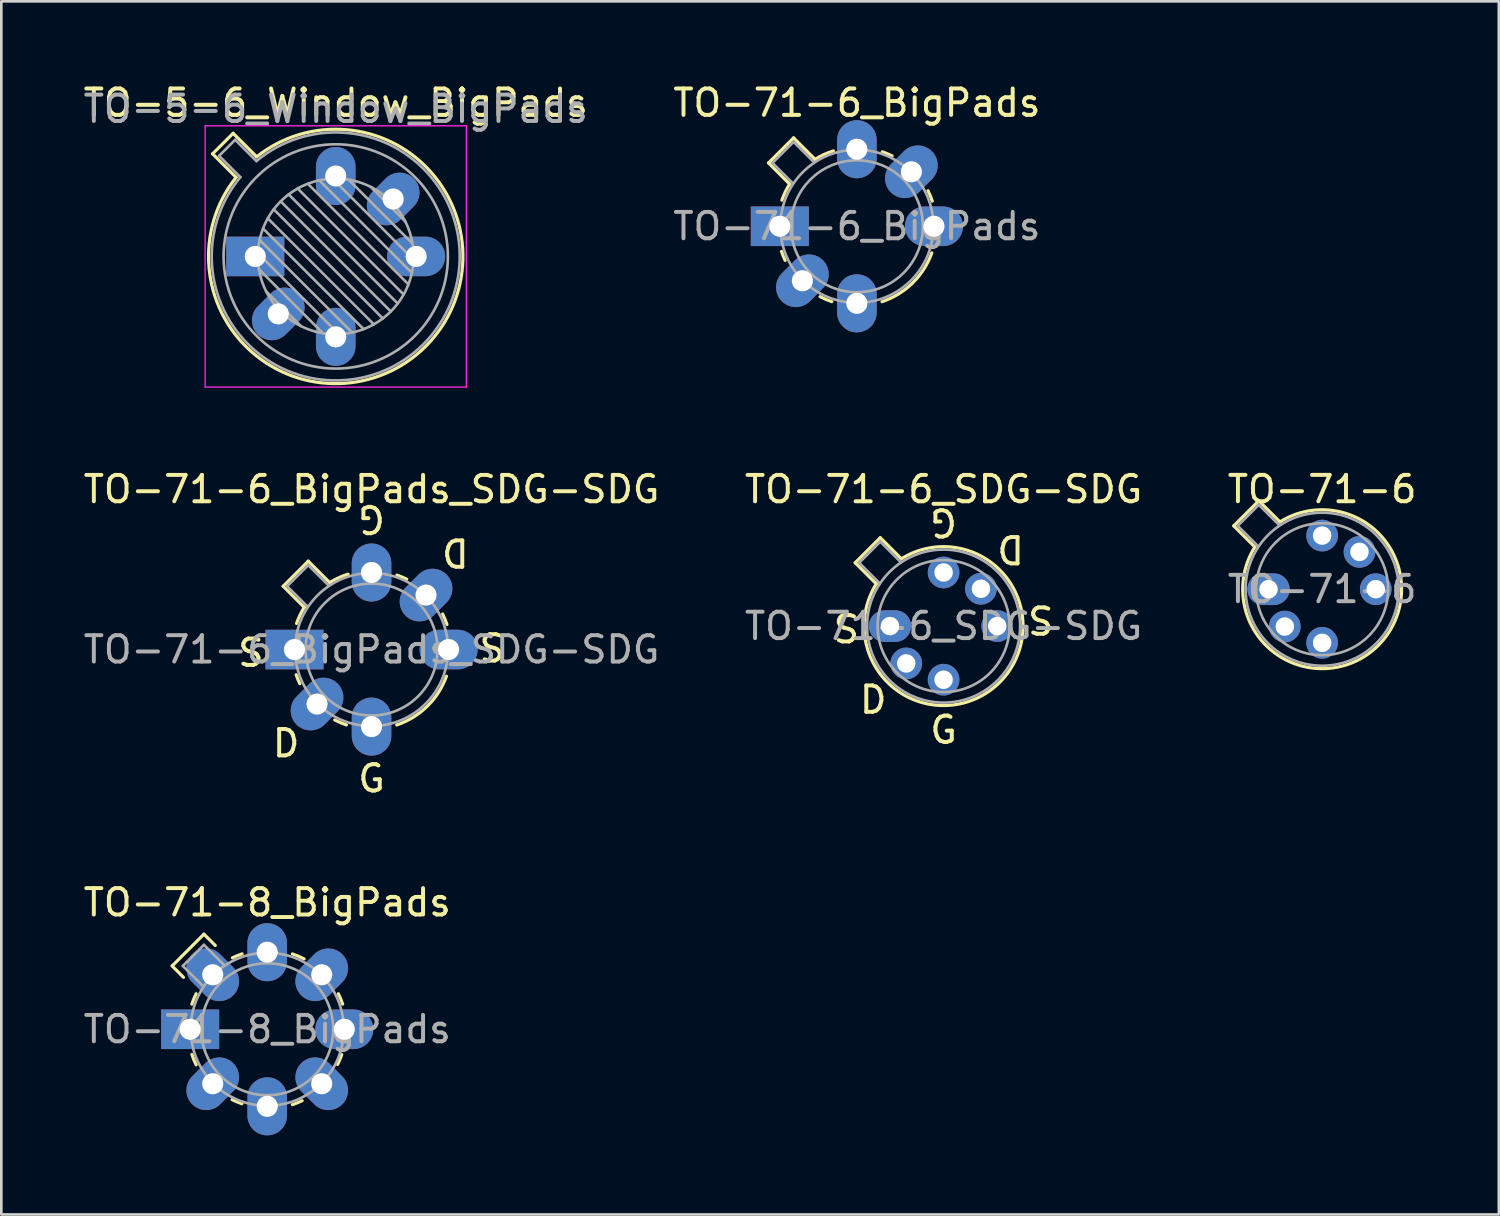
<source format=kicad_pcb>
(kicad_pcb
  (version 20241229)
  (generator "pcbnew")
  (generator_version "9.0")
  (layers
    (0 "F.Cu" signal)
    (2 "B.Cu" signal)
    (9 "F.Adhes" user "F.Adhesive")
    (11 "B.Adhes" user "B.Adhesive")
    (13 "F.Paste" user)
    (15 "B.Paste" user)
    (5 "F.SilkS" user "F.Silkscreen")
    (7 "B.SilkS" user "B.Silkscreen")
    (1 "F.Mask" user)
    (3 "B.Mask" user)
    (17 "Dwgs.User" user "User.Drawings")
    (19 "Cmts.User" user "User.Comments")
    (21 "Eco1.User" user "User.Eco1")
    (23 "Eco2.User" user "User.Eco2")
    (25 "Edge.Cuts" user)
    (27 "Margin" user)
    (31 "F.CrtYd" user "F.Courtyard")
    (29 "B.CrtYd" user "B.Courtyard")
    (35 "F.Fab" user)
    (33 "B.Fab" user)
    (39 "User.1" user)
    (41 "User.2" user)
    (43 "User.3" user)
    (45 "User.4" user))
  (footprint "TO-71-6_SDG-SDG"
    (layer "F.Cu")
    (at 30.677 20.677)
    (property "Reference" "TO-71-6_SDG-SDG" (at 2.031 -5.185 0) (layer "F.SilkS") (effects (font (size 1 1) (thickness 0.15))))
    (attr through_hole)
    (fp_line (start -1.318 -2.4) (end -0.518 -1.6) (stroke (width 0.12) (type default)) (layer "F.SilkS"))
    (fp_line (start -0.368 -3.35) (end -1.318 -2.4) (stroke (width 0.12) (type default)) (layer "F.SilkS"))
    (fp_line (start 0.432 -2.55) (end -0.368 -3.35) (stroke (width 0.12) (type default)) (layer "F.SilkS"))
    (fp_arc (start 0.432 -2.549999) (mid 4.160673 2.128673) (end -0.517999 -1.6) (stroke (width 0.12) (type default)) (layer "F.SilkS"))
    (fp_line (start -1.168 -2.4) (end -0.393 -1.625) (stroke (width 0.1) (type default)) (layer "F.Fab"))
    (fp_line (start -1.168 -2.4) (end -0.368 -3.2) (stroke (width 0.1) (type default)) (layer "F.Fab"))
    (fp_line (start -0.368 -3.2) (end 0.407 -2.425) (stroke (width 0.1) (type default)) (layer "F.Fab"))
    (fp_circle (center 2.032 0) (end 4.532 0) (stroke (width 0.1) (type default)) (fill no) (layer "F.Fab"))
    (fp_circle (center 2.032 0) (end 4.932 0) (stroke (width 0.1) (type default)) (fill no) (layer "F.Fab"))
    (fp_text user "G" (at 2.032 -3.937 180) (unlocked yes) (layer "F.SilkS") (effects (font (size 1 1) (thickness 0.15))))
    (fp_text user "S" (at -1.651 0.127 0) (unlocked yes) (layer "F.SilkS") (effects (font (size 1 1) (thickness 0.15))))
    (fp_text user "S" (at 5.715 -0.254 180) (unlocked yes) (layer "F.SilkS") (effects (font (size 1 1) (thickness 0.15))))
    (fp_text user "D" (at 4.572 -2.921 180) (unlocked yes) (layer "F.SilkS") (effects (font (size 1 1) (thickness 0.15))))
    (fp_text user "G" (at 2.032 3.937 0) (unlocked yes) (layer "F.SilkS") (effects (font (size 1 1) (thickness 0.15))))
    (fp_text user "D" (at -0.635 2.794 0) (unlocked yes) (layer "F.SilkS") (effects (font (size 1 1) (thickness 0.15))))
    (fp_text user "${REFERENCE}" (at 2.031 0 0) (layer "F.Fab") (effects (font (size 1 1) (thickness 0.15))))
    (pad "1" thru_hole oval (at 0 0) (size 1.6 1.2) (drill 0.7) (layers "*.Cu" "*.Mask"))
    (pad "2" thru_hole oval (at 0.617 1.415) (size 1.2 1.2) (drill 0.7) (layers "*.Cu" "*.Mask"))
    (pad "3" thru_hole oval (at 2.032 2.032) (size 1.2 1.2) (drill 0.7) (layers "*.Cu" "*.Mask"))
    (pad "4" thru_hole oval (at 4.064 0) (size 1.2 1.2) (drill 0.7) (layers "*.Cu" "*.Mask"))
    (pad "5" thru_hole oval (at 3.447 -1.415) (size 1.2 1.2) (drill 0.7) (layers "*.Cu" "*.Mask"))
    (pad "6" thru_hole oval (at 2.032 -2.032) (size 1.2 1.2) (drill 0.7) (layers "*.Cu" "*.Mask")))
  (footprint "TO-71-6_BigPads"
    (layer "F.Cu")
    (at 27.392 5.525)
    (property "Reference" "TO-71-6_BigPads" (at 2.031 -4.677 0) (layer "F.SilkS") (effects (font (size 1 1) (thickness 0.15))))
    (attr through_hole)
    (fp_line (start -1.318 -2.4) (end -0.518 -1.6) (stroke (width 0.12) (type default)) (layer "F.SilkS"))
    (fp_line (start -0.368 -3.35) (end -1.318 -2.4) (stroke (width 0.12) (type default)) (layer "F.SilkS"))
    (fp_line (start 0.432 -2.55) (end -0.368 -3.35) (stroke (width 0.12) (type default)) (layer "F.SilkS"))
    (fp_arc (start -0.81131 -0.988978) (mid -0.681905 -1.30277) (end -0.517998 -1.6) (stroke (width 0.12) (type default)) (layer "F.SilkS"))
    (fp_arc (start -0.687478 1.29499) (mid -0.761742 1.125862) (end -0.8255 0.9525) (stroke (width 0.12) (type default)) (layer "F.SilkS"))
    (fp_arc (start 0.441462 -2.534919) (mid 0.781783 -2.718931) (end 1.143 -2.8575) (stroke (width 0.12) (type default)) (layer "F.SilkS"))
    (fp_arc (start 1.079924 2.856229) (mid 0.853658 2.77056) (end 0.635 2.667) (stroke (width 0.12) (type default)) (layer "F.SilkS"))
    (fp_arc (start 2.994148 -2.8223) (mid 3.182448 -2.750923) (end 3.3655 -2.666999) (stroke (width 0.12) (type default)) (layer "F.SilkS"))
    (fp_arc (start 4.726076 -1.347038) (mid 4.814788 -1.152669) (end 4.8895 -0.9525) (stroke (width 0.12) (type default)) (layer "F.SilkS"))
    (fp_arc (start 4.870016 1.009072) (mid 4.140595 2.150904) (end 2.9845 2.8575) (stroke (width 0.12) (type default)) (layer "F.SilkS"))
    (fp_line (start -1.168 -2.4) (end -0.393 -1.625) (stroke (width 0.1) (type default)) (layer "F.Fab"))
    (fp_line (start -1.168 -2.4) (end -0.368 -3.2) (stroke (width 0.1) (type default)) (layer "F.Fab"))
    (fp_line (start -0.368 -3.2) (end 0.407 -2.425) (stroke (width 0.1) (type default)) (layer "F.Fab"))
    (fp_circle (center 2.032 0) (end 4.532 0) (stroke (width 0.1) (type default)) (fill no) (layer "F.Fab"))
    (fp_circle (center 2.032 0) (end 4.932 0) (stroke (width 0.1) (type default)) (fill no) (layer "F.Fab"))
    (fp_text user "${REFERENCE}" (at 2.031 0 0) (layer "F.Fab") (effects (font (size 1 1) (thickness 0.15))))
    (pad "1" thru_hole rect (at -0.889 0) (size 2.2 1.5) (drill 0.8) (layers "*.Cu" "*.Mask"))
    (pad "2" thru_hole oval (at -0.034 2.065 45) (size 2.2 1.5) (drill 0.8) (layers "*.Cu" "*.Mask"))
    (pad "3" thru_hole oval (at 2.031 2.92) (size 1.5 2.2) (drill 0.8) (layers "*.Cu" "*.Mask"))
    (pad "5" thru_hole oval (at 4.951 0) (size 2.2 1.5) (drill 0.8) (layers "*.Cu" "*.Mask"))
    (pad "6" thru_hole oval (at 4.096 -2.065 45) (size 2.2 1.5) (drill 0.8) (layers "*.Cu" "*.Mask"))
    (pad "7" thru_hole oval (at 2.031 -2.92) (size 1.5 2.2) (drill 0.8) (layers "*.Cu" "*.Mask")))
  (footprint "TO-71-6_BigPads_SDG-SDG"
    (layer "F.Cu")
    (at 8.11 21.566)
    (property "Reference" "TO-71-6_BigPads_SDG-SDG" (at 2.92 -6.074 0) (layer "F.SilkS") (effects (font (size 1 1) (thickness 0.15))))
    (attr through_hole)
    (fp_line (start -0.429 -2.4) (end 0.371 -1.6) (stroke (width 0.12) (type default)) (layer "F.SilkS"))
    (fp_line (start 0.521 -3.35) (end -0.429 -2.4) (stroke (width 0.12) (type default)) (layer "F.SilkS"))
    (fp_line (start 1.321 -2.55) (end 0.521 -3.35) (stroke (width 0.12) (type default)) (layer "F.SilkS"))
    (fp_arc (start 0.07769 -0.988978) (mid 0.207095 -1.30277) (end 0.371002 -1.6) (stroke (width 0.12) (type default)) (layer "F.SilkS"))
    (fp_arc (start 0.201522 1.29499) (mid 0.127255 1.125863) (end 0.0635 0.9525) (stroke (width 0.12) (type default)) (layer "F.SilkS"))
    (fp_arc (start 1.330462 -2.534919) (mid 1.670783 -2.718931) (end 2.032 -2.8575) (stroke (width 0.12) (type default)) (layer "F.SilkS"))
    (fp_arc (start 1.968924 2.856229) (mid 1.742659 2.770556) (end 1.524 2.667) (stroke (width 0.12) (type default)) (layer "F.SilkS"))
    (fp_arc (start 3.883148 -2.8223) (mid 4.071449 -2.750926) (end 4.2545 -2.666999) (stroke (width 0.12) (type default)) (layer "F.SilkS"))
    (fp_arc (start 5.615076 -1.347038) (mid 5.703786 -1.152668) (end 5.7785 -0.9525) (stroke (width 0.12) (type default)) (layer "F.SilkS"))
    (fp_arc (start 5.759016 1.009072) (mid 5.029595 2.150904) (end 3.8735 2.8575) (stroke (width 0.12) (type default)) (layer "F.SilkS"))
    (fp_line (start -0.279 -2.4) (end 0.496 -1.625) (stroke (width 0.1) (type default)) (layer "F.Fab"))
    (fp_line (start -0.279 -2.4) (end 0.521 -3.2) (stroke (width 0.1) (type default)) (layer "F.Fab"))
    (fp_line (start 0.521 -3.2) (end 1.296 -2.425) (stroke (width 0.1) (type default)) (layer "F.Fab"))
    (fp_circle (center 2.921 0) (end 5.421 0) (stroke (width 0.1) (type default)) (fill no) (layer "F.Fab"))
    (fp_circle (center 2.921 0) (end 5.821 0) (stroke (width 0.1) (type default)) (fill no) (layer "F.Fab"))
    (fp_text user "G" (at 2.921 -4.953 180) (unlocked yes) (layer "F.SilkS") (effects (font (size 1 1) (thickness 0.15))))
    (fp_text user "D" (at -0.318 3.556 0) (unlocked yes) (layer "F.SilkS") (effects (font (size 1 1) (thickness 0.15))))
    (fp_text user "G" (at 2.921 4.889 0) (unlocked yes) (layer "F.SilkS") (effects (font (size 1 1) (thickness 0.15))))
    (fp_text user "S" (at -1.651 0.127 0) (unlocked yes) (layer "F.SilkS") (effects (font (size 1 1) (thickness 0.15))))
    (fp_text user "D" (at 6.096 -3.683 180) (unlocked yes) (layer "F.SilkS") (effects (font (size 1 1) (thickness 0.15))))
    (fp_text user "S" (at 7.493 -0.127 180) (unlocked yes) (layer "F.SilkS") (effects (font (size 1 1) (thickness 0.15))))
    (fp_text user "${REFERENCE}" (at 2.92 0 0) (layer "F.Fab") (effects (font (size 1 1) (thickness 0.15))))
    (pad "1" thru_hole rect (at 0 0) (size 2.2 1.5) (drill 0.8) (layers "*.Cu" "*.Mask"))
    (pad "2" thru_hole oval (at 0.855 2.065 45) (size 2.2 1.5) (drill 0.8) (layers "*.Cu" "*.Mask"))
    (pad "3" thru_hole oval (at 2.92 2.92) (size 1.5 2.2) (drill 0.8) (layers "*.Cu" "*.Mask"))
    (pad "5" thru_hole oval (at 5.84 0) (size 2.2 1.5) (drill 0.8) (layers "*.Cu" "*.Mask"))
    (pad "6" thru_hole oval (at 4.985 -2.065 45) (size 2.2 1.5) (drill 0.8) (layers "*.Cu" "*.Mask"))
    (pad "7" thru_hole oval (at 2.92 -2.92) (size 1.5 2.2) (drill 0.8) (layers "*.Cu" "*.Mask")))
  (footprint "TO-5-6_Window_BigPads"
    (layer "F.Cu")
    (at 6.625 6.668)
    (property "Reference" "TO-5-6_Window_BigPads" (at 3.048 -5.82 0) (layer "F.SilkS") (effects (font (size 1 1) (thickness 0.15))))
    (attr through_hole)
    (fp_line (start -1.618 -3.888) (end -0.727 -2.997) (stroke (width 0.12) (type solid)) (layer "F.SilkS"))
    (fp_line (start -0.84 -4.666) (end -1.618 -3.888) (stroke (width 0.12) (type solid)) (layer "F.SilkS"))
    (fp_line (start 0.051 -3.775) (end -0.84 -4.666) (stroke (width 0.12) (type solid)) (layer "F.SilkS"))
    (fp_arc (start 0.050916 -3.774902) (mid 6.456125 3.408384) (end -0.726674 -2.997371) (stroke (width 0.12) (type solid)) (layer "F.SilkS"))
    (fp_line (start -1.902 -4.95) (end -1.902 4.95) (stroke (width 0.05) (type solid)) (layer "F.CrtYd"))
    (fp_line (start -1.902 4.95) (end 7.998 4.95) (stroke (width 0.05) (type solid)) (layer "F.CrtYd"))
    (fp_line (start 7.998 -4.95) (end -1.902 -4.95) (stroke (width 0.05) (type solid)) (layer "F.CrtYd"))
    (fp_line (start 7.998 4.95) (end 7.998 -4.95) (stroke (width 0.05) (type solid)) (layer "F.CrtYd"))
    (fp_line (start -1.372 -3.812) (end -0.566 -3.005) (stroke (width 0.1) (type solid)) (layer "F.Fab"))
    (fp_line (start -0.764 -4.42) (end -1.372 -3.812) (stroke (width 0.1) (type solid)) (layer "F.Fab"))
    (fp_line (start 0.043 -3.614) (end -0.764 -4.42) (stroke (width 0.1) (type solid)) (layer "F.Fab"))
    (fp_line (start 0.1 -0.12) (end 3.168 2.948) (stroke (width 0.1) (type solid)) (layer "F.Fab"))
    (fp_line (start 0.137 0.485) (end 2.563 2.911) (stroke (width 0.1) (type solid)) (layer "F.Fab"))
    (fp_line (start 0.164 -0.622) (end 3.67 2.884) (stroke (width 0.1) (type solid)) (layer "F.Fab"))
    (fp_line (start 0.293 -1.058) (end 4.106 2.755) (stroke (width 0.1) (type solid)) (layer "F.Fab"))
    (fp_line (start 0.411 1.324) (end 1.724 2.637) (stroke (width 0.1) (type solid)) (layer "F.Fab"))
    (fp_line (start 0.474 -1.443) (end 4.491 2.574) (stroke (width 0.1) (type solid)) (layer "F.Fab"))
    (fp_line (start 0.698 -1.784) (end 4.832 2.35) (stroke (width 0.1) (type solid)) (layer "F.Fab"))
    (fp_line (start 0.962 -2.086) (end 5.134 2.086) (stroke (width 0.1) (type solid)) (layer "F.Fab"))
    (fp_line (start 1.264 -2.35) (end 5.398 1.784) (stroke (width 0.1) (type solid)) (layer "F.Fab"))
    (fp_line (start 1.605 -2.574) (end 5.622 1.443) (stroke (width 0.1) (type solid)) (layer "F.Fab"))
    (fp_line (start 1.99 -2.755) (end 5.803 1.058) (stroke (width 0.1) (type solid)) (layer "F.Fab"))
    (fp_line (start 2.426 -2.884) (end 5.932 0.622) (stroke (width 0.1) (type solid)) (layer "F.Fab"))
    (fp_line (start 2.928 -2.948) (end 5.996 0.12) (stroke (width 0.1) (type solid)) (layer "F.Fab"))
    (fp_line (start 3.533 -2.911) (end 5.959 -0.485) (stroke (width 0.1) (type solid)) (layer "F.Fab"))
    (fp_line (start 4.372 -2.637) (end 5.685 -1.324) (stroke (width 0.1) (type solid)) (layer "F.Fab"))
    (fp_arc (start 0.042592 -3.61352) (mid 6.371443 3.323361) (end -0.565594 -3.005319) (stroke (width 0.1) (type solid)) (layer "F.Fab"))
    (fp_circle (center 3.048 0) (end 5.998 0) (stroke (width 0.1) (type solid)) (fill no) (layer "F.Fab"))
    (fp_circle (center 3.048 0) (end 7.298 0) (stroke (width 0.1) (type solid)) (fill no) (layer "F.Fab"))
    (fp_text user "${REFERENCE}" (at 3.048 -5.588 0) (layer "F.Fab") (effects (font (size 1 1) (thickness 0.15))))
    (pad "1" thru_hole rect (at 0 0) (size 2.2 1.5) (drill 0.8) (layers "*.Cu" "*.Mask"))
    (pad "2" thru_hole oval (at 0.871 2.177 45) (size 2.2 1.5) (drill 0.8) (layers "*.Cu" "*.Mask"))
    (pad "3" thru_hole oval (at 3.048 3.048) (size 1.5 2.2) (drill 0.8) (layers "*.Cu" "*.Mask"))
    (pad "4" thru_hole oval (at 6.096 0) (size 2.2 1.5) (drill 0.8) (layers "*.Cu" "*.Mask"))
    (pad "5" thru_hole oval (at 5.225 -2.177 45) (size 2.2 1.5) (drill 0.8) (layers "*.Cu" "*.Mask"))
    (pad "6" thru_hole oval (at 3.048 -3.048) (size 1.5 2.2) (drill 0.8) (layers "*.Cu" "*.Mask")))
  (footprint "TO-71-8_BigPads"
    (layer "F.Cu")
    (at 5.046 35.956)
    (property "Reference" "TO-71-8_BigPads" (at 2.031 -4.804 0) (layer "F.SilkS") (effects (font (size 1 1) (thickness 0.15))))
    (attr through_hole)
    (fp_line (start -1.572 -2.4) (end -1.143 -1.968) (stroke (width 0.12) (type default)) (layer "F.SilkS"))
    (fp_line (start -0.368 -3.604) (end -1.572 -2.4) (stroke (width 0.12) (type default)) (layer "F.SilkS"))
    (fp_line (start 0.064 -3.175) (end -0.368 -3.604) (stroke (width 0.12) (type default)) (layer "F.SilkS"))
    (fp_arc (start -0.8255 -0.9525) (mid -0.750789 -1.152669) (end -0.662076 -1.347039) (stroke (width 0.12) (type default)) (layer "F.SilkS"))
    (fp_arc (start -0.662076 1.347038) (mid -0.750788 1.152669) (end -0.8255 0.9525) (stroke (width 0.12) (type default)) (layer "F.SilkS"))
    (fp_arc (start 0.710198 -2.706547) (mid 0.892347 -2.788144) (end 1.0795 -2.8575) (stroke (width 0.12) (type default)) (layer "F.SilkS"))
    (fp_arc (start 1.069852 2.8223) (mid 0.881552 2.750923) (end 0.6985 2.666999) (stroke (width 0.12) (type default)) (layer "F.SilkS"))
    (fp_arc (start 2.984076 -2.856229) (mid 3.210342 -2.77056) (end 3.429 -2.667) (stroke (width 0.12) (type default)) (layer "F.SilkS"))
    (fp_arc (start 3.353802 2.706547) (mid 3.171653 2.788144) (end 2.9845 2.8575) (stroke (width 0.12) (type default)) (layer "F.SilkS"))
    (fp_arc (start 4.726076 -1.347038) (mid 4.814788 -1.152669) (end 4.8895 -0.9525) (stroke (width 0.12) (type default)) (layer "F.SilkS"))
    (fp_arc (start 4.8543 0.962148) (mid 4.782923 1.150448) (end 4.698999 1.3335) (stroke (width 0.12) (type default)) (layer "F.SilkS"))
    (fp_line (start -1.168 -2.4) (end -0.393 -1.625) (stroke (width 0.1) (type default)) (layer "F.Fab"))
    (fp_line (start -1.168 -2.4) (end -0.368 -3.2) (stroke (width 0.1) (type default)) (layer "F.Fab"))
    (fp_line (start -0.368 -3.2) (end 0.407 -2.425) (stroke (width 0.1) (type default)) (layer "F.Fab"))
    (fp_circle (center 2.032 0) (end 4.532 0) (stroke (width 0.1) (type default)) (fill no) (layer "F.Fab"))
    (fp_circle (center 2.032 0) (end 4.932 0) (stroke (width 0.1) (type default)) (fill no) (layer "F.Fab"))
    (fp_text user "${REFERENCE}" (at 2.031 0 0) (layer "F.Fab") (effects (font (size 1 1) (thickness 0.15))))
    (pad "1" thru_hole rect (at -0.889 0) (size 2.2 1.5) (drill 0.8) (layers "*.Cu" "*.Mask"))
    (pad "2" thru_hole oval (at -0.034 2.065 45) (size 2.2 1.5) (drill 0.8) (layers "*.Cu" "*.Mask"))
    (pad "3" thru_hole oval (at 2.031 2.92) (size 1.5 2.2) (drill 0.8) (layers "*.Cu" "*.Mask"))
    (pad "4" thru_hole oval (at 4.096 2.065 45) (size 1.5 2.2) (drill 0.8) (layers "*.Cu" "*.Mask"))
    (pad "5" thru_hole oval (at 4.951 0) (size 2.2 1.5) (drill 0.8) (layers "*.Cu" "*.Mask"))
    (pad "6" thru_hole oval (at 4.096 -2.065 45) (size 2.2 1.5) (drill 0.8) (layers "*.Cu" "*.Mask"))
    (pad "7" thru_hole oval (at 2.031 -2.92) (size 1.5 2.2) (drill 0.8) (layers "*.Cu" "*.Mask"))
    (pad "8" thru_hole oval (at -0.034 -2.065 45) (size 1.5 2.2) (drill 0.8) (layers "*.Cu" "*.Mask")))
  (footprint "TO-71-6"
    (layer "F.Cu")
    (at 45.023 19.279)
    (property "Reference" "TO-71-6" (at 2.031 -3.788 0) (layer "F.SilkS") (effects (font (size 1 1) (thickness 0.15))))
    (attr through_hole)
    (fp_line (start -1.318 -2.4) (end -0.518 -1.6) (stroke (width 0.12) (type default)) (layer "F.SilkS"))
    (fp_line (start -0.368 -3.35) (end -1.318 -2.4) (stroke (width 0.12) (type default)) (layer "F.SilkS"))
    (fp_line (start 0.432 -2.55) (end -0.368 -3.35) (stroke (width 0.12) (type default)) (layer "F.SilkS"))
    (fp_arc (start 0.432 -2.549999) (mid 4.160673 2.128673) (end -0.517999 -1.6) (stroke (width 0.12) (type default)) (layer "F.SilkS"))
    (fp_line (start -1.168 -2.4) (end -0.393 -1.625) (stroke (width 0.1) (type default)) (layer "F.Fab"))
    (fp_line (start -1.168 -2.4) (end -0.368 -3.2) (stroke (width 0.1) (type default)) (layer "F.Fab"))
    (fp_line (start -0.368 -3.2) (end 0.407 -2.425) (stroke (width 0.1) (type default)) (layer "F.Fab"))
    (fp_circle (center 2.032 0) (end 4.532 0) (stroke (width 0.1) (type default)) (fill no) (layer "F.Fab"))
    (fp_circle (center 2.032 0) (end 4.932 0) (stroke (width 0.1) (type default)) (fill no) (layer "F.Fab"))
    (fp_text user "${REFERENCE}" (at 2.031 0 0) (layer "F.Fab") (effects (font (size 1 1) (thickness 0.15))))
    (pad "1" thru_hole oval (at 0 0) (size 1.6 1.2) (drill 0.7) (layers "*.Cu" "*.Mask"))
    (pad "2" thru_hole oval (at 0.617 1.415) (size 1.2 1.2) (drill 0.7) (layers "*.Cu" "*.Mask"))
    (pad "3" thru_hole oval (at 2.032 2.032) (size 1.2 1.2) (drill 0.7) (layers "*.Cu" "*.Mask"))
    (pad "4" thru_hole oval (at 4.064 0) (size 1.2 1.2) (drill 0.7) (layers "*.Cu" "*.Mask"))
    (pad "5" thru_hole oval (at 3.447 -1.415) (size 1.2 1.2) (drill 0.7) (layers "*.Cu" "*.Mask"))
    (pad "6" thru_hole oval (at 2.032 -2.032) (size 1.2 1.2) (drill 0.7) (layers "*.Cu" "*.Mask")))
  (gr_rect
    (start -3 -3)
    (end 53.75 42.975)
    (stroke (width 0.1) (type default))
    (fill no)
    (layer "Edge.Cuts")))
</source>
